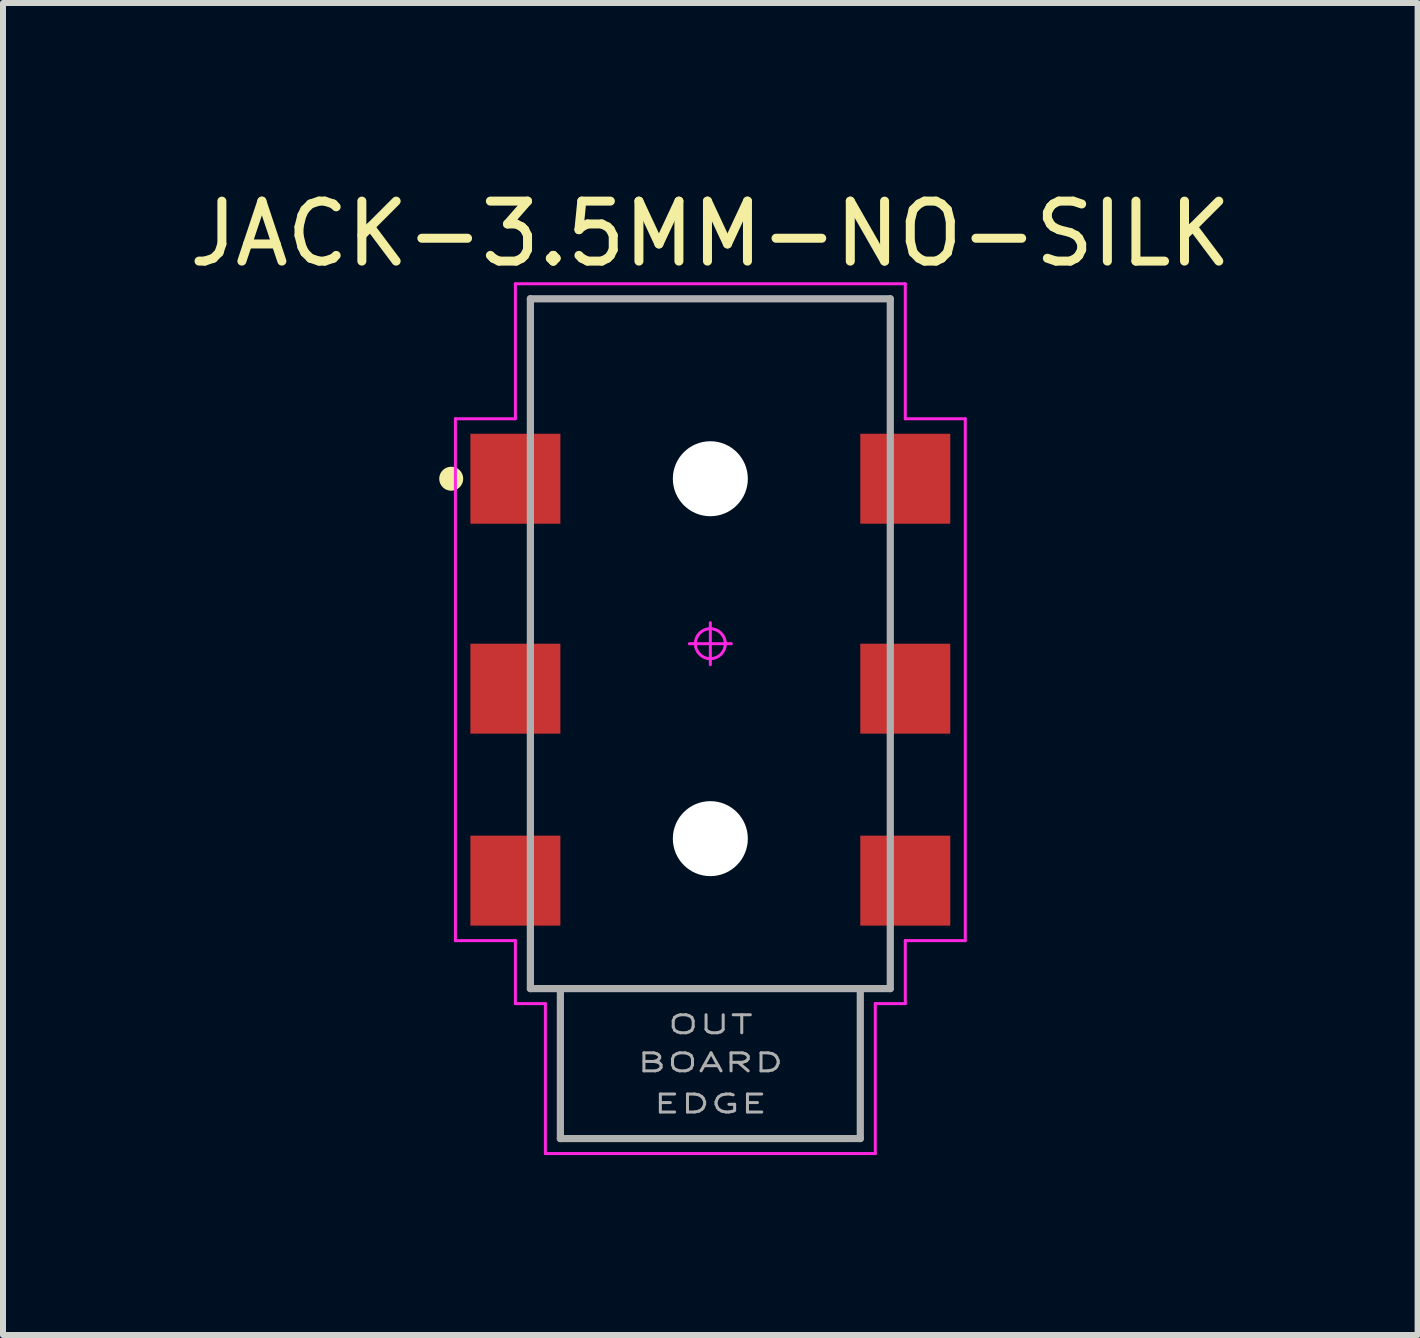
<source format=kicad_pcb>
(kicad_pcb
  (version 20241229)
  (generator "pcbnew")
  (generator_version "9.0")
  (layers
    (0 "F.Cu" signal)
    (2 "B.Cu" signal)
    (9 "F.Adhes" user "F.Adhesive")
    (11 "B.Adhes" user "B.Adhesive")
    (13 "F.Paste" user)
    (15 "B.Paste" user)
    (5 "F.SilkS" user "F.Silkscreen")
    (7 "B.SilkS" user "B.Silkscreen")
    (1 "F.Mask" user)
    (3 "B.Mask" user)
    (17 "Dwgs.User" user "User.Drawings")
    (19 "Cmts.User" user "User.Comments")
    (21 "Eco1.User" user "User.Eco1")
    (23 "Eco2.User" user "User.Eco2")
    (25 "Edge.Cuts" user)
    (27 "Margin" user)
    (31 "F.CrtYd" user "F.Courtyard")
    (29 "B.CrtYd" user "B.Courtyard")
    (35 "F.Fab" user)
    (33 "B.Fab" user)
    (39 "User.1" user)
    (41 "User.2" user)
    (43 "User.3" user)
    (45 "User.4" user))
  (footprint "JACK-3.5MM-NO-SILK"
    (layer "F.Cu")
    (at 8.792 7.681)
    (property "Reference" "JACK-3.5MM-NO-SILK" (at 0 -6.833 0) (layer "F.SilkS") (effects (font (size 1 1) (thickness 0.15))))
    (attr through_hole)
    (fp_circle (center -4.32 -2.75) (end -4.22 -2.75) (stroke (width 0.2) (type solid)) (fill no) (layer "F.SilkS"))
    (fp_line (start -4.25 -3.75) (end -4.25 4.95) (stroke (width 0.05) (type solid)) (layer "F.CrtYd"))
    (fp_line (start -4.25 4.95) (end -3.25 4.95) (stroke (width 0.05) (type solid)) (layer "F.CrtYd"))
    (fp_line (start -3.25 -6) (end -3.25 -3.75) (stroke (width 0.05) (type solid)) (layer "F.CrtYd"))
    (fp_line (start -3.25 -6) (end 3.25 -6) (stroke (width 0.05) (type solid)) (layer "F.CrtYd"))
    (fp_line (start -3.25 -3.75) (end -4.25 -3.75) (stroke (width 0.05) (type solid)) (layer "F.CrtYd"))
    (fp_line (start -3.25 4.95) (end -3.25 6) (stroke (width 0.05) (type solid)) (layer "F.CrtYd"))
    (fp_line (start -3.25 6) (end -2.75 6) (stroke (width 0.05) (type solid)) (layer "F.CrtYd"))
    (fp_line (start -2.75 8.5) (end -2.75 6) (stroke (width 0.05) (type solid)) (layer "F.CrtYd"))
    (fp_line (start -2.75 8.5) (end 2.75 8.5) (stroke (width 0.05) (type solid)) (layer "F.CrtYd"))
    (fp_line (start -0.35 0) (end 0.35 0) (stroke (width 0.05) (type solid)) (layer "F.CrtYd"))
    (fp_line (start 0 -0.35) (end 0 0.35) (stroke (width 0.05) (type solid)) (layer "F.CrtYd"))
    (fp_line (start 2.75 8.5) (end 2.75 6) (stroke (width 0.05) (type solid)) (layer "F.CrtYd"))
    (fp_line (start 3.25 -6) (end 3.25 -3.75) (stroke (width 0.05) (type solid)) (layer "F.CrtYd"))
    (fp_line (start 3.25 -3.75) (end 4.25 -3.75) (stroke (width 0.05) (type solid)) (layer "F.CrtYd"))
    (fp_line (start 3.25 4.95) (end 3.25 6) (stroke (width 0.05) (type solid)) (layer "F.CrtYd"))
    (fp_line (start 3.25 6) (end 2.75 6) (stroke (width 0.05) (type solid)) (layer "F.CrtYd"))
    (fp_line (start 4.25 -3.75) (end 4.25 4.95) (stroke (width 0.05) (type solid)) (layer "F.CrtYd"))
    (fp_line (start 4.25 4.95) (end 3.25 4.95) (stroke (width 0.05) (type solid)) (layer "F.CrtYd"))
    (fp_circle (center 0 0) (end -0.25 0) (stroke (width 0.05) (type solid)) (fill no) (layer "F.CrtYd"))
    (fp_line (start -3 -5.75) (end 3 -5.75) (stroke (width 0.12) (type solid)) (layer "F.Fab"))
    (fp_line (start -3 5.75) (end -3 -5.75) (stroke (width 0.12) (type solid)) (layer "F.Fab"))
    (fp_line (start -2.5 8.25) (end -2.5 5.75) (stroke (width 0.12) (type solid)) (layer "F.Fab"))
    (fp_line (start -2.5 8.25) (end 2.5 8.25) (stroke (width 0.12) (type solid)) (layer "F.Fab"))
    (fp_line (start 2.5 8.25) (end 2.5 5.75) (stroke (width 0.12) (type solid)) (layer "F.Fab"))
    (fp_line (start 3 -5.75) (end 3 5.75) (stroke (width 0.12) (type solid)) (layer "F.Fab"))
    (fp_line (start 3 5.75) (end -3 5.75) (stroke (width 0.12) (type solid)) (layer "F.Fab"))
    (fp_text user "EDGE" (at 0 7.671 0) (layer "F.Fab") (effects (font (size 0.3 0.5) (thickness 0.05))))
    (fp_text user "BOARD" (at 0 6.985 0) (layer "F.Fab") (effects (font (size 0.3 0.5) (thickness 0.05))))
    (fp_text user "OUT" (at 0 6.35 0) (layer "F.Fab") (effects (font (size 0.3 0.5) (thickness 0.05))))
    (pad "" np_thru_hole circle (at 0 -2.75) (size 1.25 1.25) (drill 1.25) (layers "*.Cu" "*.Mask"))
    (pad "" np_thru_hole circle (at 0 3.25) (size 1.25 1.25) (drill 1.25) (layers "*.Cu" "*.Mask"))
    (pad "1" smd rect (at -3.25 -2.75) (size 1.5 1.5) (layers "F.Cu" "F.Mask" "F.Paste"))
    (pad "2" smd rect (at -3.25 0.75) (size 1.5 1.5) (layers "F.Cu" "F.Mask" "F.Paste"))
    (pad "3" smd rect (at -3.25 3.95) (size 1.5 1.5) (layers "F.Cu" "F.Mask" "F.Paste"))
    (pad "4" smd rect (at 3.25 3.95) (size 1.5 1.5) (layers "F.Cu" "F.Mask" "F.Paste"))
    (pad "5" smd rect (at 3.25 0.75) (size 1.5 1.5) (layers "F.Cu" "F.Mask" "F.Paste"))
    (pad "6" smd rect (at 3.25 -2.75) (size 1.5 1.5) (layers "F.Cu" "F.Mask" "F.Paste")))
  (gr_rect
    (start -3 -3)
    (end 20.583 19.206)
    (stroke (width 0.1) (type default))
    (fill no)
    (layer "Edge.Cuts")))
</source>
